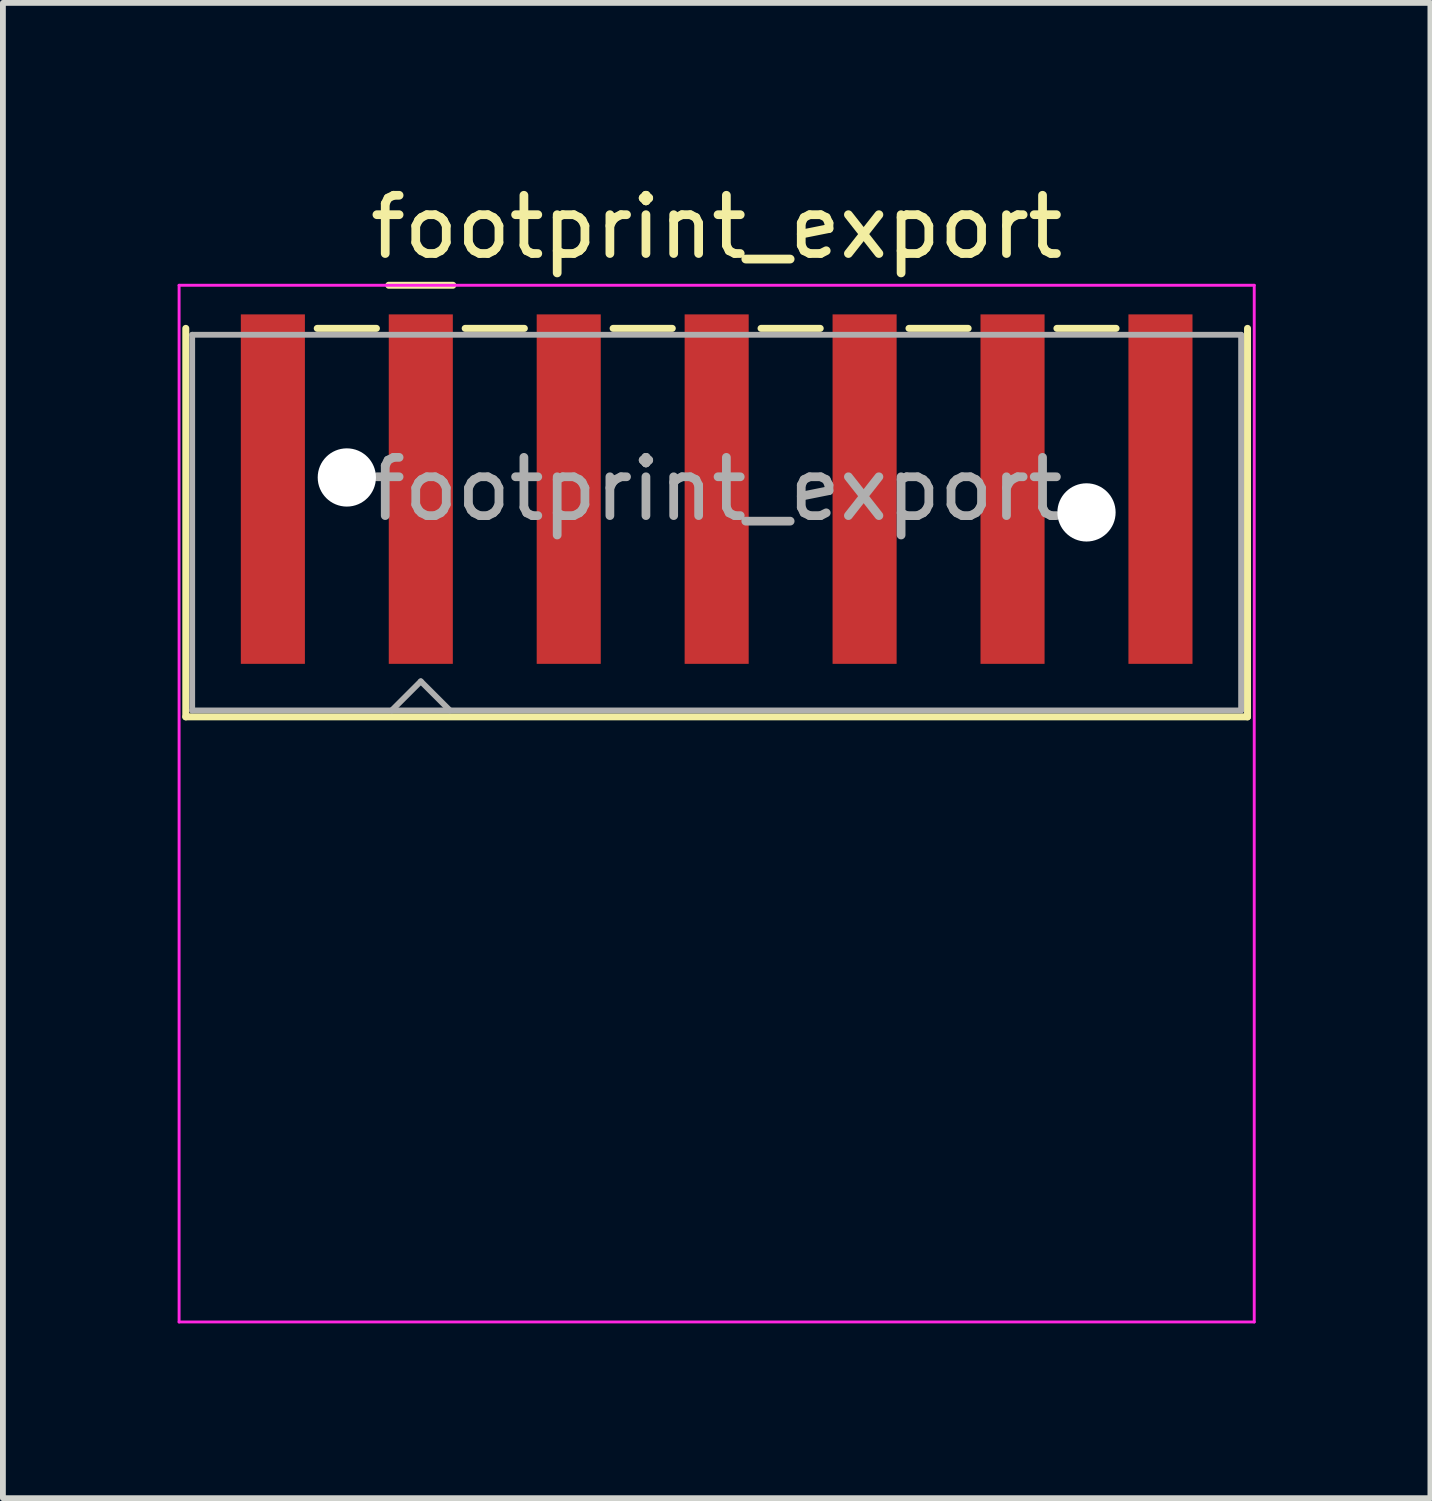
<source format=kicad_pcb>
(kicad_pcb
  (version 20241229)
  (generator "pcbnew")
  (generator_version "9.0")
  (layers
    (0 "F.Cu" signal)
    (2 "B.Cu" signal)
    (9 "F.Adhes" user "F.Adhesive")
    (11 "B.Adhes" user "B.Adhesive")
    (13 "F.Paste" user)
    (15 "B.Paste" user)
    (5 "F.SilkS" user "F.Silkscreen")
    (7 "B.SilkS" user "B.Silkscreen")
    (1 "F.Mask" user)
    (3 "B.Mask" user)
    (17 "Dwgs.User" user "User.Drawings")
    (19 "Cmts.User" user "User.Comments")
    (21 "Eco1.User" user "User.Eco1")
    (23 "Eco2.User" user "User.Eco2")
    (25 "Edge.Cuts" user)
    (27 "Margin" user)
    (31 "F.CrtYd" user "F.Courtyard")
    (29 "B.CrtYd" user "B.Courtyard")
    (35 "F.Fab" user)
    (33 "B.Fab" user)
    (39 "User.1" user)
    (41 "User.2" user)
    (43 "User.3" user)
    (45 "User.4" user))
  (footprint "footprint_export"
    (layer "F.Cu")
    (at 9.255 6.648)
    (property "Reference" "footprint_export" (at 0 -5.8 0) (layer "F.SilkS") (effects (font (size 1 1) (thickness 0.15))))
    (attr smd)
    (fp_line (start -9.115 -4.06) (end -9.115 2.61) (stroke (width 0.12) (type solid)) (layer "F.SilkS"))
    (fp_line (start -6.858 -4.06) (end -5.842 -4.06) (stroke (width 0.12) (type solid)) (layer "F.SilkS"))
    (fp_line (start -5.63 -4.8) (end -4.53 -4.8) (stroke (width 0.12) (type solid)) (layer "F.SilkS"))
    (fp_line (start -4.318 -4.06) (end -3.302 -4.06) (stroke (width 0.12) (type solid)) (layer "F.SilkS"))
    (fp_line (start -1.778 -4.06) (end -0.762 -4.06) (stroke (width 0.12) (type solid)) (layer "F.SilkS"))
    (fp_line (start 0.762 -4.06) (end 1.778 -4.06) (stroke (width 0.12) (type solid)) (layer "F.SilkS"))
    (fp_line (start 3.302 -4.06) (end 4.318 -4.06) (stroke (width 0.12) (type solid)) (layer "F.SilkS"))
    (fp_line (start 5.842 -4.06) (end 6.858 -4.06) (stroke (width 0.12) (type solid)) (layer "F.SilkS"))
    (fp_line (start 9.115 -4.06) (end 9.115 2.61) (stroke (width 0.12) (type solid)) (layer "F.SilkS"))
    (fp_line (start 9.115 2.61) (end -9.115 2.61) (stroke (width 0.12) (type solid)) (layer "F.SilkS"))
    (fp_line (start -9.23 -4.8) (end -9.23 13) (stroke (width 0.05) (type solid)) (layer "F.CrtYd"))
    (fp_line (start -9.23 13) (end 9.23 13) (stroke (width 0.05) (type solid)) (layer "F.CrtYd"))
    (fp_line (start 9.23 -4.8) (end -9.23 -4.8) (stroke (width 0.05) (type solid)) (layer "F.CrtYd"))
    (fp_line (start 9.23 13) (end 9.23 -4.8) (stroke (width 0.05) (type solid)) (layer "F.CrtYd"))
    (fp_line (start -9.005 -3.95) (end -9.005 2.5) (stroke (width 0.1) (type solid)) (layer "F.Fab"))
    (fp_line (start -9.005 2.5) (end 9.005 2.5) (stroke (width 0.1) (type solid)) (layer "F.Fab"))
    (fp_line (start -5.58 2.5) (end -5.08 2) (stroke (width 0.1) (type solid)) (layer "F.Fab"))
    (fp_line (start -5.08 2) (end -4.58 2.5) (stroke (width 0.1) (type solid)) (layer "F.Fab"))
    (fp_line (start 9.005 -3.95) (end -9.005 -3.95) (stroke (width 0.1) (type solid)) (layer "F.Fab"))
    (fp_line (start 9.005 2.5) (end 9.005 -3.95) (stroke (width 0.1) (type solid)) (layer "F.Fab"))
    (fp_text user "${REFERENCE}" (at 0 -1.3 0) (layer "F.Fab") (effects (font (size 1 1) (thickness 0.15))))
    (pad "" np_thru_hole circle (at -6.35 -1.5) (size 1 1) (drill 1) (layers "*.Cu" "*.Mask"))
    (pad "" np_thru_hole circle (at 6.35 -0.9) (size 1 1) (drill 1) (layers "*.Cu" "*.Mask"))
    (pad "1" smd rect (at -5.08 -1.3) (size 1.1 6) (layers "F.Cu" "F.Mask" "F.Paste"))
    (pad "2" smd rect (at -2.54 -1.3) (size 1.1 6) (layers "F.Cu" "F.Mask" "F.Paste"))
    (pad "3" smd rect (at 0 -1.3) (size 1.1 6) (layers "F.Cu" "F.Mask" "F.Paste"))
    (pad "4" smd rect (at 2.54 -1.3) (size 1.1 6) (layers "F.Cu" "F.Mask" "F.Paste"))
    (pad "5" smd rect (at 5.08 -1.3) (size 1.1 6) (layers "F.Cu" "F.Mask" "F.Paste"))
    (pad "MP" smd rect (at -7.62 -1.3) (size 1.1 6) (layers "F.Cu" "F.Mask" "F.Paste"))
    (pad "MP" smd rect (at 7.62 -1.3) (size 1.1 6) (layers "F.Cu" "F.Mask" "F.Paste")))
  (gr_rect
    (start -3 -3)
    (end 21.51 22.673)
    (stroke (width 0.1) (type default))
    (fill no)
    (layer "Edge.Cuts")))
</source>
